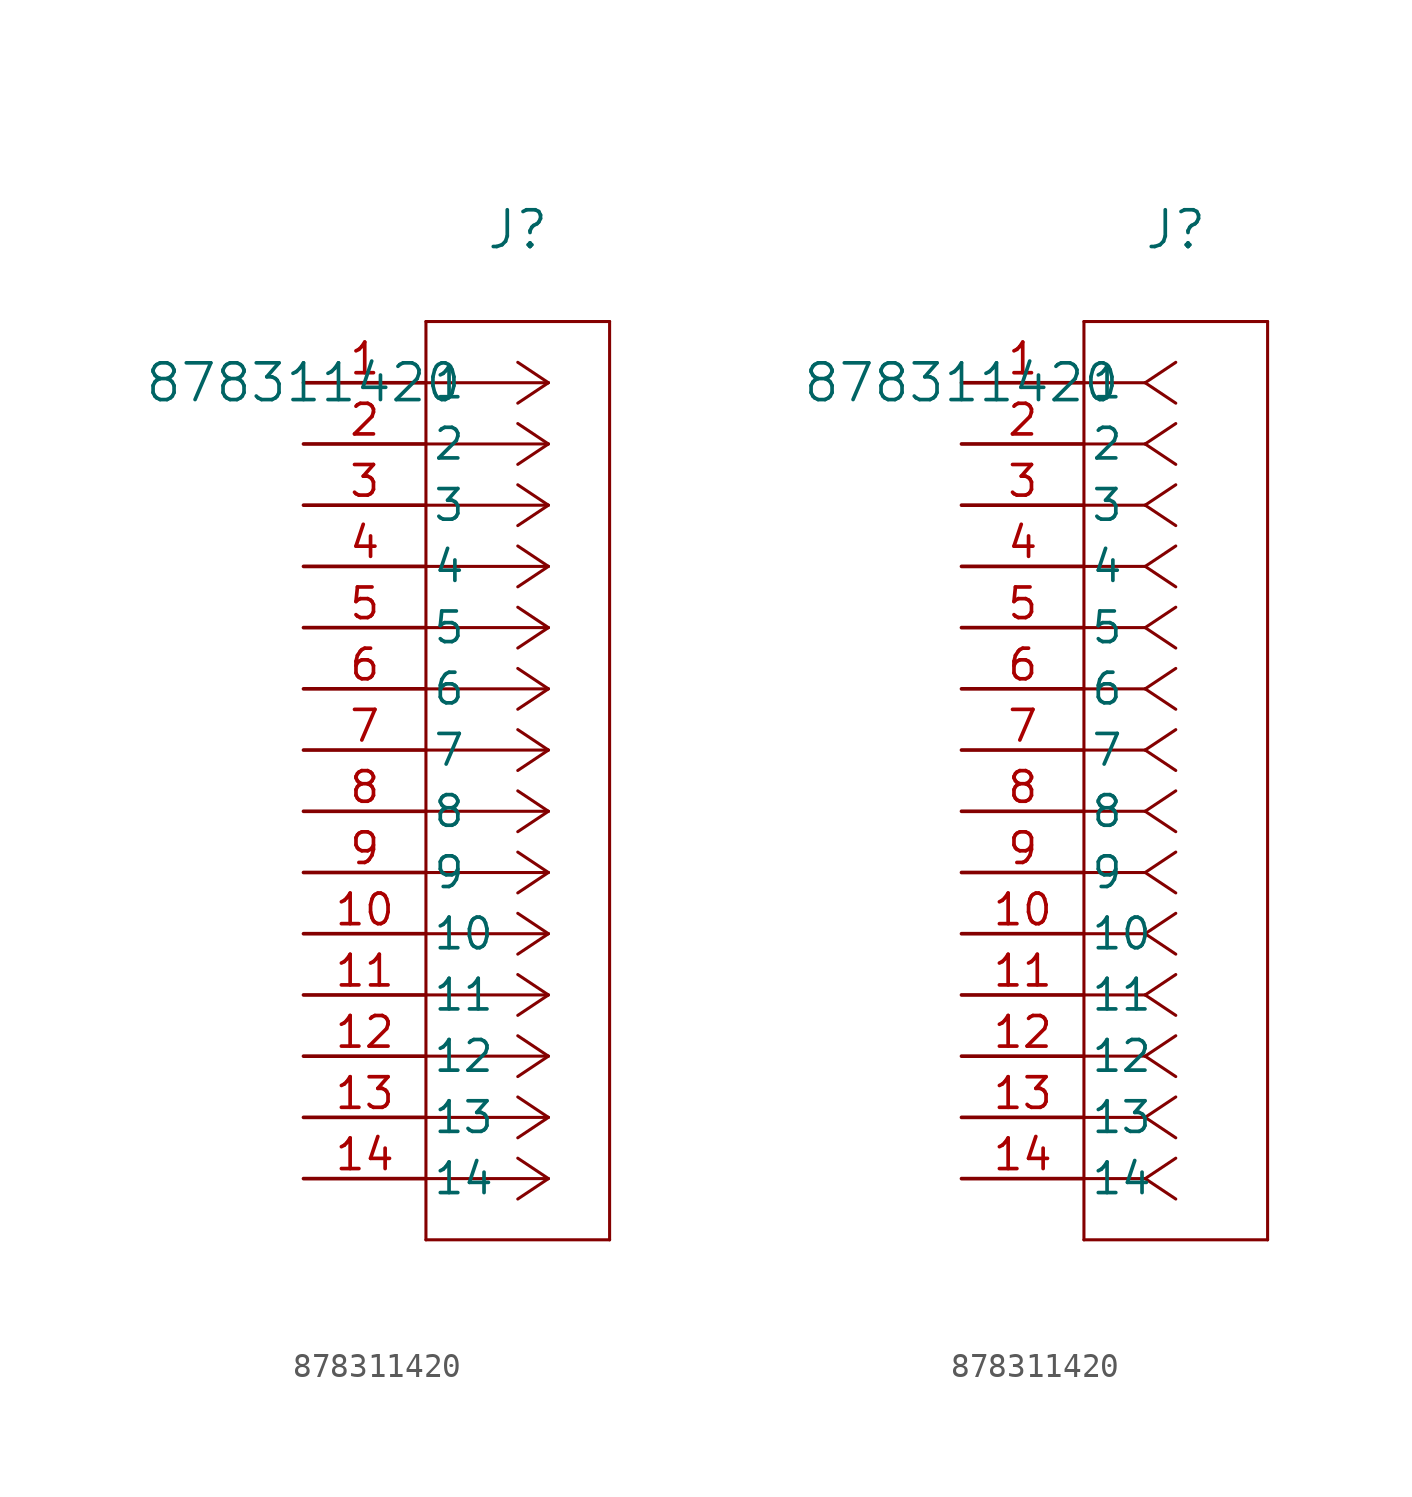
<source format=kicad_sym>
(kicad_symbol_lib
  (version 20211014)
  (generator kicad_symbol_editor)
  (symbol "878311420"
    (pin_names
      (offset 0.254))
    (property "Reference" "J"
      (at 8.89 6.35 0)
      (effects (font (size 1.524 1.524))))
    (property "Value" "878311420"
      (at 0 0 0)
      (effects (font (size 1.524 1.524))))
    (symbol "878311420_1_1"
      (polyline (pts (xy 10.16 0) (xy 5.08 0)) (stroke (width 0.127) (type default) (color 0 0 0 0)) (fill (type none)))
      (polyline (pts (xy 10.16 -2.54) (xy 5.08 -2.54)) (stroke (width 0.127) (type default) (color 0 0 0 0)) (fill (type none)))
      (polyline (pts (xy 10.16 -5.08) (xy 5.08 -5.08)) (stroke (width 0.127) (type default) (color 0 0 0 0)) (fill (type none)))
      (polyline (pts (xy 10.16 -7.62) (xy 5.08 -7.62)) (stroke (width 0.127) (type default) (color 0 0 0 0)) (fill (type none)))
      (polyline (pts (xy 10.16 -10.16) (xy 5.08 -10.16)) (stroke (width 0.127) (type default) (color 0 0 0 0)) (fill (type none)))
      (polyline (pts (xy 10.16 -12.7) (xy 5.08 -12.7)) (stroke (width 0.127) (type default) (color 0 0 0 0)) (fill (type none)))
      (polyline (pts (xy 10.16 -15.24) (xy 5.08 -15.24)) (stroke (width 0.127) (type default) (color 0 0 0 0)) (fill (type none)))
      (polyline (pts (xy 10.16 -17.78) (xy 5.08 -17.78)) (stroke (width 0.127) (type default) (color 0 0 0 0)) (fill (type none)))
      (polyline (pts (xy 10.16 -20.32) (xy 5.08 -20.32)) (stroke (width 0.127) (type default) (color 0 0 0 0)) (fill (type none)))
      (polyline (pts (xy 10.16 -22.86) (xy 5.08 -22.86)) (stroke (width 0.127) (type default) (color 0 0 0 0)) (fill (type none)))
      (polyline (pts (xy 10.16 -25.4) (xy 5.08 -25.4)) (stroke (width 0.127) (type default) (color 0 0 0 0)) (fill (type none)))
      (polyline (pts (xy 10.16 -27.94) (xy 5.08 -27.94)) (stroke (width 0.127) (type default) (color 0 0 0 0)) (fill (type none)))
      (polyline (pts (xy 10.16 -30.48) (xy 5.08 -30.48)) (stroke (width 0.127) (type default) (color 0 0 0 0)) (fill (type none)))
      (polyline (pts (xy 10.16 -33.02) (xy 5.08 -33.02)) (stroke (width 0.127) (type default) (color 0 0 0 0)) (fill (type none)))
      (polyline (pts (xy 10.16 0) (xy 8.89 0.847)) (stroke (width 0.127) (type default) (color 0 0 0 0)) (fill (type none)))
      (polyline (pts (xy 10.16 -2.54) (xy 8.89 -1.693)) (stroke (width 0.127) (type default) (color 0 0 0 0)) (fill (type none)))
      (polyline (pts (xy 10.16 -5.08) (xy 8.89 -4.233)) (stroke (width 0.127) (type default) (color 0 0 0 0)) (fill (type none)))
      (polyline (pts (xy 10.16 -7.62) (xy 8.89 -6.773)) (stroke (width 0.127) (type default) (color 0 0 0 0)) (fill (type none)))
      (polyline (pts (xy 10.16 -10.16) (xy 8.89 -9.313)) (stroke (width 0.127) (type default) (color 0 0 0 0)) (fill (type none)))
      (polyline (pts (xy 10.16 -12.7) (xy 8.89 -11.853)) (stroke (width 0.127) (type default) (color 0 0 0 0)) (fill (type none)))
      (polyline (pts (xy 10.16 -15.24) (xy 8.89 -14.393)) (stroke (width 0.127) (type default) (color 0 0 0 0)) (fill (type none)))
      (polyline (pts (xy 10.16 -17.78) (xy 8.89 -16.933)) (stroke (width 0.127) (type default) (color 0 0 0 0)) (fill (type none)))
      (polyline (pts (xy 10.16 -20.32) (xy 8.89 -19.473)) (stroke (width 0.127) (type default) (color 0 0 0 0)) (fill (type none)))
      (polyline (pts (xy 10.16 -22.86) (xy 8.89 -22.013)) (stroke (width 0.127) (type default) (color 0 0 0 0)) (fill (type none)))
      (polyline (pts (xy 10.16 -25.4) (xy 8.89 -24.553)) (stroke (width 0.127) (type default) (color 0 0 0 0)) (fill (type none)))
      (polyline (pts (xy 10.16 -27.94) (xy 8.89 -27.093)) (stroke (width 0.127) (type default) (color 0 0 0 0)) (fill (type none)))
      (polyline (pts (xy 10.16 -30.48) (xy 8.89 -29.633)) (stroke (width 0.127) (type default) (color 0 0 0 0)) (fill (type none)))
      (polyline (pts (xy 10.16 -33.02) (xy 8.89 -32.173)) (stroke (width 0.127) (type default) (color 0 0 0 0)) (fill (type none)))
      (polyline (pts (xy 10.16 0) (xy 8.89 -0.847)) (stroke (width 0.127) (type default) (color 0 0 0 0)) (fill (type none)))
      (polyline (pts (xy 10.16 -2.54) (xy 8.89 -3.387)) (stroke (width 0.127) (type default) (color 0 0 0 0)) (fill (type none)))
      (polyline (pts (xy 10.16 -5.08) (xy 8.89 -5.927)) (stroke (width 0.127) (type default) (color 0 0 0 0)) (fill (type none)))
      (polyline (pts (xy 10.16 -7.62) (xy 8.89 -8.467)) (stroke (width 0.127) (type default) (color 0 0 0 0)) (fill (type none)))
      (polyline (pts (xy 10.16 -10.16) (xy 8.89 -11.007)) (stroke (width 0.127) (type default) (color 0 0 0 0)) (fill (type none)))
      (polyline (pts (xy 10.16 -12.7) (xy 8.89 -13.547)) (stroke (width 0.127) (type default) (color 0 0 0 0)) (fill (type none)))
      (polyline (pts (xy 10.16 -15.24) (xy 8.89 -16.087)) (stroke (width 0.127) (type default) (color 0 0 0 0)) (fill (type none)))
      (polyline (pts (xy 10.16 -17.78) (xy 8.89 -18.627)) (stroke (width 0.127) (type default) (color 0 0 0 0)) (fill (type none)))
      (polyline (pts (xy 10.16 -20.32) (xy 8.89 -21.167)) (stroke (width 0.127) (type default) (color 0 0 0 0)) (fill (type none)))
      (polyline (pts (xy 10.16 -22.86) (xy 8.89 -23.707)) (stroke (width 0.127) (type default) (color 0 0 0 0)) (fill (type none)))
      (polyline (pts (xy 10.16 -25.4) (xy 8.89 -26.247)) (stroke (width 0.127) (type default) (color 0 0 0 0)) (fill (type none)))
      (polyline (pts (xy 10.16 -27.94) (xy 8.89 -28.787)) (stroke (width 0.127) (type default) (color 0 0 0 0)) (fill (type none)))
      (polyline (pts (xy 10.16 -30.48) (xy 8.89 -31.327)) (stroke (width 0.127) (type default) (color 0 0 0 0)) (fill (type none)))
      (polyline (pts (xy 10.16 -33.02) (xy 8.89 -33.867)) (stroke (width 0.127) (type default) (color 0 0 0 0)) (fill (type none)))
      (polyline (pts (xy 5.08 2.54) (xy 5.08 -35.56)) (stroke (width 0.127) (type default) (color 0 0 0 0)) (fill (type none)))
      (polyline (pts (xy 5.08 -35.56) (xy 12.7 -35.56)) (stroke (width 0.127) (type default) (color 0 0 0 0)) (fill (type none)))
      (polyline (pts (xy 12.7 -35.56) (xy 12.7 2.54)) (stroke (width 0.127) (type default) (color 0 0 0 0)) (fill (type none)))
      (polyline (pts (xy 12.7 2.54) (xy 5.08 2.54)) (stroke (width 0.127) (type default) (color 0 0 0 0)) (fill (type none)))
      (pin unspecified line (at 0 0 0) (length 5.08) (name "1" (effects (font (size 1.27 1.27)))) (number "1" (effects (font (size 1.27 1.27)))))
      (pin unspecified line (at 0 -2.54 0) (length 5.08) (name "2" (effects (font (size 1.27 1.27)))) (number "2" (effects (font (size 1.27 1.27)))))
      (pin unspecified line (at 0 -5.08 0) (length 5.08) (name "3" (effects (font (size 1.27 1.27)))) (number "3" (effects (font (size 1.27 1.27)))))
      (pin unspecified line (at 0 -7.62 0) (length 5.08) (name "4" (effects (font (size 1.27 1.27)))) (number "4" (effects (font (size 1.27 1.27)))))
      (pin unspecified line (at 0 -10.16 0) (length 5.08) (name "5" (effects (font (size 1.27 1.27)))) (number "5" (effects (font (size 1.27 1.27)))))
      (pin unspecified line (at 0 -12.7 0) (length 5.08) (name "6" (effects (font (size 1.27 1.27)))) (number "6" (effects (font (size 1.27 1.27)))))
      (pin unspecified line (at 0 -15.24 0) (length 5.08) (name "7" (effects (font (size 1.27 1.27)))) (number "7" (effects (font (size 1.27 1.27)))))
      (pin unspecified line (at 0 -17.78 0) (length 5.08) (name "8" (effects (font (size 1.27 1.27)))) (number "8" (effects (font (size 1.27 1.27)))))
      (pin unspecified line (at 0 -20.32 0) (length 5.08) (name "9" (effects (font (size 1.27 1.27)))) (number "9" (effects (font (size 1.27 1.27)))))
      (pin unspecified line (at 0 -22.86 0) (length 5.08) (name "10" (effects (font (size 1.27 1.27)))) (number "10" (effects (font (size 1.27 1.27)))))
      (pin unspecified line (at 0 -25.4 0) (length 5.08) (name "11" (effects (font (size 1.27 1.27)))) (number "11" (effects (font (size 1.27 1.27)))))
      (pin unspecified line (at 0 -27.94 0) (length 5.08) (name "12" (effects (font (size 1.27 1.27)))) (number "12" (effects (font (size 1.27 1.27)))))
      (pin unspecified line (at 0 -30.48 0) (length 5.08) (name "13" (effects (font (size 1.27 1.27)))) (number "13" (effects (font (size 1.27 1.27)))))
      (pin unspecified line (at 0 -33.02 0) (length 5.08) (name "14" (effects (font (size 1.27 1.27)))) (number "14" (effects (font (size 1.27 1.27))))))
    (symbol "878311420_1_2"
      (polyline (pts (xy 7.62 0) (xy 5.08 0)) (stroke (width 0.127) (type default) (color 0 0 0 0)) (fill (type none)))
      (polyline (pts (xy 7.62 -2.54) (xy 5.08 -2.54)) (stroke (width 0.127) (type default) (color 0 0 0 0)) (fill (type none)))
      (polyline (pts (xy 7.62 -5.08) (xy 5.08 -5.08)) (stroke (width 0.127) (type default) (color 0 0 0 0)) (fill (type none)))
      (polyline (pts (xy 7.62 -7.62) (xy 5.08 -7.62)) (stroke (width 0.127) (type default) (color 0 0 0 0)) (fill (type none)))
      (polyline (pts (xy 7.62 -10.16) (xy 5.08 -10.16)) (stroke (width 0.127) (type default) (color 0 0 0 0)) (fill (type none)))
      (polyline (pts (xy 7.62 -12.7) (xy 5.08 -12.7)) (stroke (width 0.127) (type default) (color 0 0 0 0)) (fill (type none)))
      (polyline (pts (xy 7.62 -15.24) (xy 5.08 -15.24)) (stroke (width 0.127) (type default) (color 0 0 0 0)) (fill (type none)))
      (polyline (pts (xy 7.62 -17.78) (xy 5.08 -17.78)) (stroke (width 0.127) (type default) (color 0 0 0 0)) (fill (type none)))
      (polyline (pts (xy 7.62 -20.32) (xy 5.08 -20.32)) (stroke (width 0.127) (type default) (color 0 0 0 0)) (fill (type none)))
      (polyline (pts (xy 7.62 -22.86) (xy 5.08 -22.86)) (stroke (width 0.127) (type default) (color 0 0 0 0)) (fill (type none)))
      (polyline (pts (xy 7.62 -25.4) (xy 5.08 -25.4)) (stroke (width 0.127) (type default) (color 0 0 0 0)) (fill (type none)))
      (polyline (pts (xy 7.62 -27.94) (xy 5.08 -27.94)) (stroke (width 0.127) (type default) (color 0 0 0 0)) (fill (type none)))
      (polyline (pts (xy 7.62 -30.48) (xy 5.08 -30.48)) (stroke (width 0.127) (type default) (color 0 0 0 0)) (fill (type none)))
      (polyline (pts (xy 7.62 -33.02) (xy 5.08 -33.02)) (stroke (width 0.127) (type default) (color 0 0 0 0)) (fill (type none)))
      (polyline (pts (xy 7.62 0) (xy 8.89 0.847)) (stroke (width 0.127) (type default) (color 0 0 0 0)) (fill (type none)))
      (polyline (pts (xy 7.62 -2.54) (xy 8.89 -1.693)) (stroke (width 0.127) (type default) (color 0 0 0 0)) (fill (type none)))
      (polyline (pts (xy 7.62 -5.08) (xy 8.89 -4.233)) (stroke (width 0.127) (type default) (color 0 0 0 0)) (fill (type none)))
      (polyline (pts (xy 7.62 -7.62) (xy 8.89 -6.773)) (stroke (width 0.127) (type default) (color 0 0 0 0)) (fill (type none)))
      (polyline (pts (xy 7.62 -10.16) (xy 8.89 -9.313)) (stroke (width 0.127) (type default) (color 0 0 0 0)) (fill (type none)))
      (polyline (pts (xy 7.62 -12.7) (xy 8.89 -11.853)) (stroke (width 0.127) (type default) (color 0 0 0 0)) (fill (type none)))
      (polyline (pts (xy 7.62 -15.24) (xy 8.89 -14.393)) (stroke (width 0.127) (type default) (color 0 0 0 0)) (fill (type none)))
      (polyline (pts (xy 7.62 -17.78) (xy 8.89 -16.933)) (stroke (width 0.127) (type default) (color 0 0 0 0)) (fill (type none)))
      (polyline (pts (xy 7.62 -20.32) (xy 8.89 -19.473)) (stroke (width 0.127) (type default) (color 0 0 0 0)) (fill (type none)))
      (polyline (pts (xy 7.62 -22.86) (xy 8.89 -22.013)) (stroke (width 0.127) (type default) (color 0 0 0 0)) (fill (type none)))
      (polyline (pts (xy 7.62 -25.4) (xy 8.89 -24.553)) (stroke (width 0.127) (type default) (color 0 0 0 0)) (fill (type none)))
      (polyline (pts (xy 7.62 -27.94) (xy 8.89 -27.093)) (stroke (width 0.127) (type default) (color 0 0 0 0)) (fill (type none)))
      (polyline (pts (xy 7.62 -30.48) (xy 8.89 -29.633)) (stroke (width 0.127) (type default) (color 0 0 0 0)) (fill (type none)))
      (polyline (pts (xy 7.62 -33.02) (xy 8.89 -32.173)) (stroke (width 0.127) (type default) (color 0 0 0 0)) (fill (type none)))
      (polyline (pts (xy 7.62 0) (xy 8.89 -0.847)) (stroke (width 0.127) (type default) (color 0 0 0 0)) (fill (type none)))
      (polyline (pts (xy 7.62 -2.54) (xy 8.89 -3.387)) (stroke (width 0.127) (type default) (color 0 0 0 0)) (fill (type none)))
      (polyline (pts (xy 7.62 -5.08) (xy 8.89 -5.927)) (stroke (width 0.127) (type default) (color 0 0 0 0)) (fill (type none)))
      (polyline (pts (xy 7.62 -7.62) (xy 8.89 -8.467)) (stroke (width 0.127) (type default) (color 0 0 0 0)) (fill (type none)))
      (polyline (pts (xy 7.62 -10.16) (xy 8.89 -11.007)) (stroke (width 0.127) (type default) (color 0 0 0 0)) (fill (type none)))
      (polyline (pts (xy 7.62 -12.7) (xy 8.89 -13.547)) (stroke (width 0.127) (type default) (color 0 0 0 0)) (fill (type none)))
      (polyline (pts (xy 7.62 -15.24) (xy 8.89 -16.087)) (stroke (width 0.127) (type default) (color 0 0 0 0)) (fill (type none)))
      (polyline (pts (xy 7.62 -17.78) (xy 8.89 -18.627)) (stroke (width 0.127) (type default) (color 0 0 0 0)) (fill (type none)))
      (polyline (pts (xy 7.62 -20.32) (xy 8.89 -21.167)) (stroke (width 0.127) (type default) (color 0 0 0 0)) (fill (type none)))
      (polyline (pts (xy 7.62 -22.86) (xy 8.89 -23.707)) (stroke (width 0.127) (type default) (color 0 0 0 0)) (fill (type none)))
      (polyline (pts (xy 7.62 -25.4) (xy 8.89 -26.247)) (stroke (width 0.127) (type default) (color 0 0 0 0)) (fill (type none)))
      (polyline (pts (xy 7.62 -27.94) (xy 8.89 -28.787)) (stroke (width 0.127) (type default) (color 0 0 0 0)) (fill (type none)))
      (polyline (pts (xy 7.62 -30.48) (xy 8.89 -31.327)) (stroke (width 0.127) (type default) (color 0 0 0 0)) (fill (type none)))
      (polyline (pts (xy 7.62 -33.02) (xy 8.89 -33.867)) (stroke (width 0.127) (type default) (color 0 0 0 0)) (fill (type none)))
      (polyline (pts (xy 5.08 2.54) (xy 5.08 -35.56)) (stroke (width 0.127) (type default) (color 0 0 0 0)) (fill (type none)))
      (polyline (pts (xy 5.08 -35.56) (xy 12.7 -35.56)) (stroke (width 0.127) (type default) (color 0 0 0 0)) (fill (type none)))
      (polyline (pts (xy 12.7 -35.56) (xy 12.7 2.54)) (stroke (width 0.127) (type default) (color 0 0 0 0)) (fill (type none)))
      (polyline (pts (xy 12.7 2.54) (xy 5.08 2.54)) (stroke (width 0.127) (type default) (color 0 0 0 0)) (fill (type none)))
      (pin unspecified line (at 0 0 0) (length 5.08) (name "1" (effects (font (size 1.27 1.27)))) (number "1" (effects (font (size 1.27 1.27)))))
      (pin unspecified line (at 0 -2.54 0) (length 5.08) (name "2" (effects (font (size 1.27 1.27)))) (number "2" (effects (font (size 1.27 1.27)))))
      (pin unspecified line (at 0 -5.08 0) (length 5.08) (name "3" (effects (font (size 1.27 1.27)))) (number "3" (effects (font (size 1.27 1.27)))))
      (pin unspecified line (at 0 -7.62 0) (length 5.08) (name "4" (effects (font (size 1.27 1.27)))) (number "4" (effects (font (size 1.27 1.27)))))
      (pin unspecified line (at 0 -10.16 0) (length 5.08) (name "5" (effects (font (size 1.27 1.27)))) (number "5" (effects (font (size 1.27 1.27)))))
      (pin unspecified line (at 0 -12.7 0) (length 5.08) (name "6" (effects (font (size 1.27 1.27)))) (number "6" (effects (font (size 1.27 1.27)))))
      (pin unspecified line (at 0 -15.24 0) (length 5.08) (name "7" (effects (font (size 1.27 1.27)))) (number "7" (effects (font (size 1.27 1.27)))))
      (pin unspecified line (at 0 -17.78 0) (length 5.08) (name "8" (effects (font (size 1.27 1.27)))) (number "8" (effects (font (size 1.27 1.27)))))
      (pin unspecified line (at 0 -20.32 0) (length 5.08) (name "9" (effects (font (size 1.27 1.27)))) (number "9" (effects (font (size 1.27 1.27)))))
      (pin unspecified line (at 0 -22.86 0) (length 5.08) (name "10" (effects (font (size 1.27 1.27)))) (number "10" (effects (font (size 1.27 1.27)))))
      (pin unspecified line (at 0 -25.4 0) (length 5.08) (name "11" (effects (font (size 1.27 1.27)))) (number "11" (effects (font (size 1.27 1.27)))))
      (pin unspecified line (at 0 -27.94 0) (length 5.08) (name "12" (effects (font (size 1.27 1.27)))) (number "12" (effects (font (size 1.27 1.27)))))
      (pin unspecified line (at 0 -30.48 0) (length 5.08) (name "13" (effects (font (size 1.27 1.27)))) (number "13" (effects (font (size 1.27 1.27)))))
      (pin unspecified line (at 0 -33.02 0) (length 5.08) (name "14" (effects (font (size 1.27 1.27)))) (number "14" (effects (font (size 1.27 1.27))))))))
</source>
